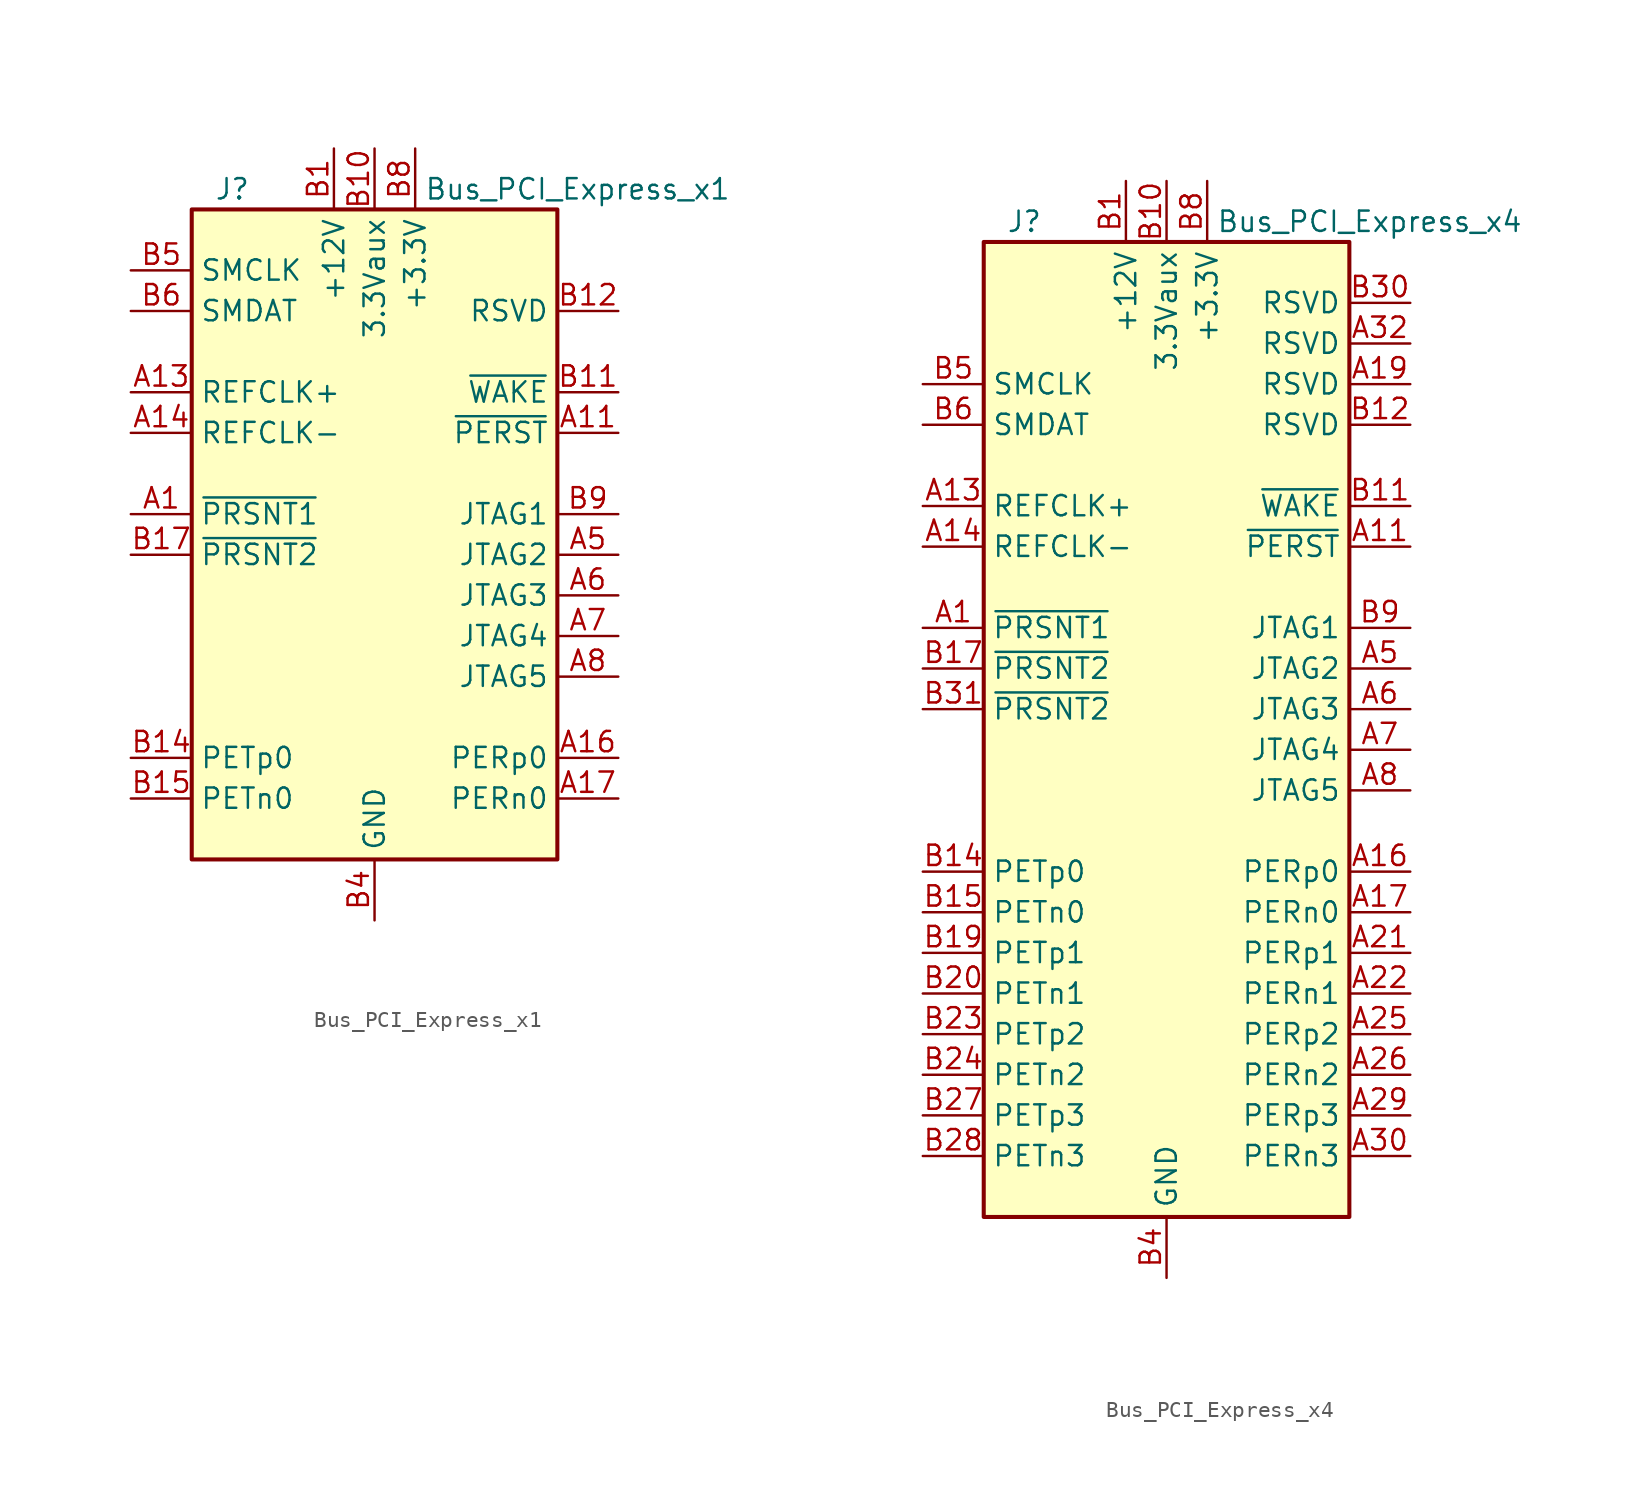
<source format=kicad_sym>
(kicad_symbol_lib
  (version 20220914)
  (generator kicad_symbol_editor)
  (symbol "Bus_PCI_Express_x1"
    (property "Reference" "J"
      (at -8.89 22.86 0)
      (effects (font (size 1.27 1.27))))
    (property "Value" "Bus_PCI_Express_x1"
      (at 12.7 22.86 0)
      (effects (font (size 1.27 1.27))))
    (symbol "Bus_PCI_Express_x1_0_1"
      (rectangle (start -11.43 21.59) (end 11.43 -19.05) (stroke (width 0.254) (type solid)) (fill (type background))))
    (symbol "Bus_PCI_Express_x1_1_1"
      (pin passive line (at -15.24 2.54 0) (length 3.81) (name "~{PRSNT1}" (effects (font (size 1.27 1.27)))) (number "A1" (effects (font (size 1.27 1.27)))))
      (pin passive line (at 2.54 25.4 270) (length 3.81) hide (name "+3.3V" (effects (font (size 1.27 1.27)))) (number "A10" (effects (font (size 1.27 1.27)))))
      (pin input line (at 15.24 7.62 180) (length 3.81) (name "~{PERST}" (effects (font (size 1.27 1.27)))) (number "A11" (effects (font (size 1.27 1.27)))))
      (pin passive line (at 0 -22.86 90) (length 3.81) hide (name "GND" (effects (font (size 1.27 1.27)))) (number "A12" (effects (font (size 1.27 1.27)))))
      (pin input line (at -15.24 10.16 0) (length 3.81) (name "REFCLK+" (effects (font (size 1.27 1.27)))) (number "A13" (effects (font (size 1.27 1.27)))))
      (pin input line (at -15.24 7.62 0) (length 3.81) (name "REFCLK-" (effects (font (size 1.27 1.27)))) (number "A14" (effects (font (size 1.27 1.27)))))
      (pin passive line (at 0 -22.86 90) (length 3.81) hide (name "GND" (effects (font (size 1.27 1.27)))) (number "A15" (effects (font (size 1.27 1.27)))))
      (pin output line (at 15.24 -12.7 180) (length 3.81) (name "PERp0" (effects (font (size 1.27 1.27)))) (number "A16" (effects (font (size 1.27 1.27)))))
      (pin output line (at 15.24 -15.24 180) (length 3.81) (name "PERn0" (effects (font (size 1.27 1.27)))) (number "A17" (effects (font (size 1.27 1.27)))))
      (pin passive line (at 0 -22.86 90) (length 3.81) hide (name "GND" (effects (font (size 1.27 1.27)))) (number "A18" (effects (font (size 1.27 1.27)))))
      (pin passive line (at -2.54 25.4 270) (length 3.81) hide (name "+12V" (effects (font (size 1.27 1.27)))) (number "A2" (effects (font (size 1.27 1.27)))))
      (pin passive line (at -2.54 25.4 270) (length 3.81) hide (name "+12V" (effects (font (size 1.27 1.27)))) (number "A3" (effects (font (size 1.27 1.27)))))
      (pin passive line (at 0 -22.86 90) (length 3.81) hide (name "GND" (effects (font (size 1.27 1.27)))) (number "A4" (effects (font (size 1.27 1.27)))))
      (pin input line (at 15.24 0 180) (length 3.81) (name "JTAG2" (effects (font (size 1.27 1.27)))) (number "A5" (effects (font (size 1.27 1.27)))))
      (pin input line (at 15.24 -2.54 180) (length 3.81) (name "JTAG3" (effects (font (size 1.27 1.27)))) (number "A6" (effects (font (size 1.27 1.27)))))
      (pin output line (at 15.24 -5.08 180) (length 3.81) (name "JTAG4" (effects (font (size 1.27 1.27)))) (number "A7" (effects (font (size 1.27 1.27)))))
      (pin input line (at 15.24 -7.62 180) (length 3.81) (name "JTAG5" (effects (font (size 1.27 1.27)))) (number "A8" (effects (font (size 1.27 1.27)))))
      (pin passive line (at 2.54 25.4 270) (length 3.81) hide (name "+3.3V" (effects (font (size 1.27 1.27)))) (number "A9" (effects (font (size 1.27 1.27)))))
      (pin power_in line (at -2.54 25.4 270) (length 3.81) (name "+12V" (effects (font (size 1.27 1.27)))) (number "B1" (effects (font (size 1.27 1.27)))))
      (pin power_in line (at 0 25.4 270) (length 3.81) (name "3.3Vaux" (effects (font (size 1.27 1.27)))) (number "B10" (effects (font (size 1.27 1.27)))))
      (pin open_collector line (at 15.24 10.16 180) (length 3.81) (name "~{WAKE}" (effects (font (size 1.27 1.27)))) (number "B11" (effects (font (size 1.27 1.27)))))
      (pin passive line (at 15.24 15.24 180) (length 3.81) (name "RSVD" (effects (font (size 1.27 1.27)))) (number "B12" (effects (font (size 1.27 1.27)))))
      (pin passive line (at 0 -22.86 90) (length 3.81) hide (name "GND" (effects (font (size 1.27 1.27)))) (number "B13" (effects (font (size 1.27 1.27)))))
      (pin input line (at -15.24 -12.7 0) (length 3.81) (name "PETp0" (effects (font (size 1.27 1.27)))) (number "B14" (effects (font (size 1.27 1.27)))))
      (pin input line (at -15.24 -15.24 0) (length 3.81) (name "PETn0" (effects (font (size 1.27 1.27)))) (number "B15" (effects (font (size 1.27 1.27)))))
      (pin passive line (at 0 -22.86 90) (length 3.81) hide (name "GND" (effects (font (size 1.27 1.27)))) (number "B16" (effects (font (size 1.27 1.27)))))
      (pin passive line (at -15.24 0 0) (length 3.81) (name "~{PRSNT2}" (effects (font (size 1.27 1.27)))) (number "B17" (effects (font (size 1.27 1.27)))))
      (pin passive line (at 0 -22.86 90) (length 3.81) hide (name "GND" (effects (font (size 1.27 1.27)))) (number "B18" (effects (font (size 1.27 1.27)))))
      (pin passive line (at -2.54 25.4 270) (length 3.81) hide (name "+12V" (effects (font (size 1.27 1.27)))) (number "B2" (effects (font (size 1.27 1.27)))))
      (pin passive line (at -2.54 25.4 270) (length 3.81) hide (name "+12V" (effects (font (size 1.27 1.27)))) (number "B3" (effects (font (size 1.27 1.27)))))
      (pin power_in line (at 0 -22.86 90) (length 3.81) (name "GND" (effects (font (size 1.27 1.27)))) (number "B4" (effects (font (size 1.27 1.27)))))
      (pin input line (at -15.24 17.78 0) (length 3.81) (name "SMCLK" (effects (font (size 1.27 1.27)))) (number "B5" (effects (font (size 1.27 1.27)))))
      (pin bidirectional line (at -15.24 15.24 0) (length 3.81) (name "SMDAT" (effects (font (size 1.27 1.27)))) (number "B6" (effects (font (size 1.27 1.27)))))
      (pin passive line (at 0 -22.86 90) (length 3.81) hide (name "GND" (effects (font (size 1.27 1.27)))) (number "B7" (effects (font (size 1.27 1.27)))))
      (pin power_in line (at 2.54 25.4 270) (length 3.81) (name "+3.3V" (effects (font (size 1.27 1.27)))) (number "B8" (effects (font (size 1.27 1.27)))))
      (pin input line (at 15.24 2.54 180) (length 3.81) (name "JTAG1" (effects (font (size 1.27 1.27)))) (number "B9" (effects (font (size 1.27 1.27)))))))
  (symbol "Bus_PCI_Express_x4"
    (property "Reference" "J"
      (at -8.89 33.02 0)
      (effects (font (size 1.27 1.27))))
    (property "Value" "Bus_PCI_Express_x4"
      (at 12.7 33.02 0)
      (effects (font (size 1.27 1.27))))
    (symbol "Bus_PCI_Express_x4_0_1"
      (rectangle (start -11.43 31.75) (end 11.43 -29.21) (stroke (width 0.254) (type solid)) (fill (type background))))
    (symbol "Bus_PCI_Express_x4_1_1"
      (pin passive line (at -15.24 7.62 0) (length 3.81) (name "~{PRSNT1}" (effects (font (size 1.27 1.27)))) (number "A1" (effects (font (size 1.27 1.27)))))
      (pin passive line (at 2.54 35.56 270) (length 3.81) hide (name "+3.3V" (effects (font (size 1.27 1.27)))) (number "A10" (effects (font (size 1.27 1.27)))))
      (pin input line (at 15.24 12.7 180) (length 3.81) (name "~{PERST}" (effects (font (size 1.27 1.27)))) (number "A11" (effects (font (size 1.27 1.27)))))
      (pin passive line (at 0 -33.02 90) (length 3.81) hide (name "GND" (effects (font (size 1.27 1.27)))) (number "A12" (effects (font (size 1.27 1.27)))))
      (pin input line (at -15.24 15.24 0) (length 3.81) (name "REFCLK+" (effects (font (size 1.27 1.27)))) (number "A13" (effects (font (size 1.27 1.27)))))
      (pin input line (at -15.24 12.7 0) (length 3.81) (name "REFCLK-" (effects (font (size 1.27 1.27)))) (number "A14" (effects (font (size 1.27 1.27)))))
      (pin passive line (at 0 -33.02 90) (length 3.81) hide (name "GND" (effects (font (size 1.27 1.27)))) (number "A15" (effects (font (size 1.27 1.27)))))
      (pin output line (at 15.24 -7.62 180) (length 3.81) (name "PERp0" (effects (font (size 1.27 1.27)))) (number "A16" (effects (font (size 1.27 1.27)))))
      (pin output line (at 15.24 -10.16 180) (length 3.81) (name "PERn0" (effects (font (size 1.27 1.27)))) (number "A17" (effects (font (size 1.27 1.27)))))
      (pin passive line (at 0 -33.02 90) (length 3.81) hide (name "GND" (effects (font (size 1.27 1.27)))) (number "A18" (effects (font (size 1.27 1.27)))))
      (pin passive line (at 15.24 22.86 180) (length 3.81) (name "RSVD" (effects (font (size 1.27 1.27)))) (number "A19" (effects (font (size 1.27 1.27)))))
      (pin passive line (at -2.54 35.56 270) (length 3.81) hide (name "+12V" (effects (font (size 1.27 1.27)))) (number "A2" (effects (font (size 1.27 1.27)))))
      (pin passive line (at 0 -33.02 90) (length 3.81) hide (name "GND" (effects (font (size 1.27 1.27)))) (number "A20" (effects (font (size 1.27 1.27)))))
      (pin output line (at 15.24 -12.7 180) (length 3.81) (name "PERp1" (effects (font (size 1.27 1.27)))) (number "A21" (effects (font (size 1.27 1.27)))))
      (pin output line (at 15.24 -15.24 180) (length 3.81) (name "PERn1" (effects (font (size 1.27 1.27)))) (number "A22" (effects (font (size 1.27 1.27)))))
      (pin passive line (at 0 -33.02 90) (length 3.81) hide (name "GND" (effects (font (size 1.27 1.27)))) (number "A23" (effects (font (size 1.27 1.27)))))
      (pin passive line (at 0 -33.02 90) (length 3.81) hide (name "GND" (effects (font (size 1.27 1.27)))) (number "A24" (effects (font (size 1.27 1.27)))))
      (pin output line (at 15.24 -17.78 180) (length 3.81) (name "PERp2" (effects (font (size 1.27 1.27)))) (number "A25" (effects (font (size 1.27 1.27)))))
      (pin output line (at 15.24 -20.32 180) (length 3.81) (name "PERn2" (effects (font (size 1.27 1.27)))) (number "A26" (effects (font (size 1.27 1.27)))))
      (pin passive line (at 0 -33.02 90) (length 3.81) hide (name "GND" (effects (font (size 1.27 1.27)))) (number "A27" (effects (font (size 1.27 1.27)))))
      (pin passive line (at 0 -33.02 90) (length 3.81) hide (name "GND" (effects (font (size 1.27 1.27)))) (number "A28" (effects (font (size 1.27 1.27)))))
      (pin output line (at 15.24 -22.86 180) (length 3.81) (name "PERp3" (effects (font (size 1.27 1.27)))) (number "A29" (effects (font (size 1.27 1.27)))))
      (pin passive line (at -2.54 35.56 270) (length 3.81) hide (name "+12V" (effects (font (size 1.27 1.27)))) (number "A3" (effects (font (size 1.27 1.27)))))
      (pin output line (at 15.24 -25.4 180) (length 3.81) (name "PERn3" (effects (font (size 1.27 1.27)))) (number "A30" (effects (font (size 1.27 1.27)))))
      (pin passive line (at 0 -33.02 90) (length 3.81) hide (name "GND" (effects (font (size 1.27 1.27)))) (number "A31" (effects (font (size 1.27 1.27)))))
      (pin passive line (at 15.24 25.4 180) (length 3.81) (name "RSVD" (effects (font (size 1.27 1.27)))) (number "A32" (effects (font (size 1.27 1.27)))))
      (pin passive line (at 0 -33.02 90) (length 3.81) hide (name "GND" (effects (font (size 1.27 1.27)))) (number "A4" (effects (font (size 1.27 1.27)))))
      (pin input line (at 15.24 5.08 180) (length 3.81) (name "JTAG2" (effects (font (size 1.27 1.27)))) (number "A5" (effects (font (size 1.27 1.27)))))
      (pin input line (at 15.24 2.54 180) (length 3.81) (name "JTAG3" (effects (font (size 1.27 1.27)))) (number "A6" (effects (font (size 1.27 1.27)))))
      (pin output line (at 15.24 0 180) (length 3.81) (name "JTAG4" (effects (font (size 1.27 1.27)))) (number "A7" (effects (font (size 1.27 1.27)))))
      (pin input line (at 15.24 -2.54 180) (length 3.81) (name "JTAG5" (effects (font (size 1.27 1.27)))) (number "A8" (effects (font (size 1.27 1.27)))))
      (pin passive line (at 2.54 35.56 270) (length 3.81) hide (name "+3.3V" (effects (font (size 1.27 1.27)))) (number "A9" (effects (font (size 1.27 1.27)))))
      (pin power_in line (at -2.54 35.56 270) (length 3.81) (name "+12V" (effects (font (size 1.27 1.27)))) (number "B1" (effects (font (size 1.27 1.27)))))
      (pin power_in line (at 0 35.56 270) (length 3.81) (name "3.3Vaux" (effects (font (size 1.27 1.27)))) (number "B10" (effects (font (size 1.27 1.27)))))
      (pin open_collector line (at 15.24 15.24 180) (length 3.81) (name "~{WAKE}" (effects (font (size 1.27 1.27)))) (number "B11" (effects (font (size 1.27 1.27)))))
      (pin passive line (at 15.24 20.32 180) (length 3.81) (name "RSVD" (effects (font (size 1.27 1.27)))) (number "B12" (effects (font (size 1.27 1.27)))))
      (pin passive line (at 0 -33.02 90) (length 3.81) hide (name "GND" (effects (font (size 1.27 1.27)))) (number "B13" (effects (font (size 1.27 1.27)))))
      (pin input line (at -15.24 -7.62 0) (length 3.81) (name "PETp0" (effects (font (size 1.27 1.27)))) (number "B14" (effects (font (size 1.27 1.27)))))
      (pin input line (at -15.24 -10.16 0) (length 3.81) (name "PETn0" (effects (font (size 1.27 1.27)))) (number "B15" (effects (font (size 1.27 1.27)))))
      (pin passive line (at 0 -33.02 90) (length 3.81) hide (name "GND" (effects (font (size 1.27 1.27)))) (number "B16" (effects (font (size 1.27 1.27)))))
      (pin passive line (at -15.24 5.08 0) (length 3.81) (name "~{PRSNT2}" (effects (font (size 1.27 1.27)))) (number "B17" (effects (font (size 1.27 1.27)))))
      (pin passive line (at 0 -33.02 90) (length 3.81) hide (name "GND" (effects (font (size 1.27 1.27)))) (number "B18" (effects (font (size 1.27 1.27)))))
      (pin input line (at -15.24 -12.7 0) (length 3.81) (name "PETp1" (effects (font (size 1.27 1.27)))) (number "B19" (effects (font (size 1.27 1.27)))))
      (pin passive line (at -2.54 35.56 270) (length 3.81) hide (name "+12V" (effects (font (size 1.27 1.27)))) (number "B2" (effects (font (size 1.27 1.27)))))
      (pin input line (at -15.24 -15.24 0) (length 3.81) (name "PETn1" (effects (font (size 1.27 1.27)))) (number "B20" (effects (font (size 1.27 1.27)))))
      (pin passive line (at 0 -33.02 90) (length 3.81) hide (name "GND" (effects (font (size 1.27 1.27)))) (number "B21" (effects (font (size 1.27 1.27)))))
      (pin passive line (at 0 -33.02 90) (length 3.81) hide (name "GND" (effects (font (size 1.27 1.27)))) (number "B22" (effects (font (size 1.27 1.27)))))
      (pin input line (at -15.24 -17.78 0) (length 3.81) (name "PETp2" (effects (font (size 1.27 1.27)))) (number "B23" (effects (font (size 1.27 1.27)))))
      (pin input line (at -15.24 -20.32 0) (length 3.81) (name "PETn2" (effects (font (size 1.27 1.27)))) (number "B24" (effects (font (size 1.27 1.27)))))
      (pin passive line (at 0 -33.02 90) (length 3.81) hide (name "GND" (effects (font (size 1.27 1.27)))) (number "B25" (effects (font (size 1.27 1.27)))))
      (pin passive line (at 0 -33.02 90) (length 3.81) hide (name "GND" (effects (font (size 1.27 1.27)))) (number "B26" (effects (font (size 1.27 1.27)))))
      (pin input line (at -15.24 -22.86 0) (length 3.81) (name "PETp3" (effects (font (size 1.27 1.27)))) (number "B27" (effects (font (size 1.27 1.27)))))
      (pin input line (at -15.24 -25.4 0) (length 3.81) (name "PETn3" (effects (font (size 1.27 1.27)))) (number "B28" (effects (font (size 1.27 1.27)))))
      (pin passive line (at 0 -33.02 90) (length 3.81) hide (name "GND" (effects (font (size 1.27 1.27)))) (number "B29" (effects (font (size 1.27 1.27)))))
      (pin passive line (at -2.54 35.56 270) (length 3.81) hide (name "+12V" (effects (font (size 1.27 1.27)))) (number "B3" (effects (font (size 1.27 1.27)))))
      (pin passive line (at 15.24 27.94 180) (length 3.81) (name "RSVD" (effects (font (size 1.27 1.27)))) (number "B30" (effects (font (size 1.27 1.27)))))
      (pin passive line (at -15.24 2.54 0) (length 3.81) (name "~{PRSNT2}" (effects (font (size 1.27 1.27)))) (number "B31" (effects (font (size 1.27 1.27)))))
      (pin passive line (at 0 -33.02 90) (length 3.81) hide (name "GND" (effects (font (size 1.27 1.27)))) (number "B32" (effects (font (size 1.27 1.27)))))
      (pin power_in line (at 0 -33.02 90) (length 3.81) (name "GND" (effects (font (size 1.27 1.27)))) (number "B4" (effects (font (size 1.27 1.27)))))
      (pin input line (at -15.24 22.86 0) (length 3.81) (name "SMCLK" (effects (font (size 1.27 1.27)))) (number "B5" (effects (font (size 1.27 1.27)))))
      (pin bidirectional line (at -15.24 20.32 0) (length 3.81) (name "SMDAT" (effects (font (size 1.27 1.27)))) (number "B6" (effects (font (size 1.27 1.27)))))
      (pin passive line (at 0 -33.02 90) (length 3.81) hide (name "GND" (effects (font (size 1.27 1.27)))) (number "B7" (effects (font (size 1.27 1.27)))))
      (pin power_in line (at 2.54 35.56 270) (length 3.81) (name "+3.3V" (effects (font (size 1.27 1.27)))) (number "B8" (effects (font (size 1.27 1.27)))))
      (pin input line (at 15.24 7.62 180) (length 3.81) (name "JTAG1" (effects (font (size 1.27 1.27)))) (number "B9" (effects (font (size 1.27 1.27))))))))
</source>
